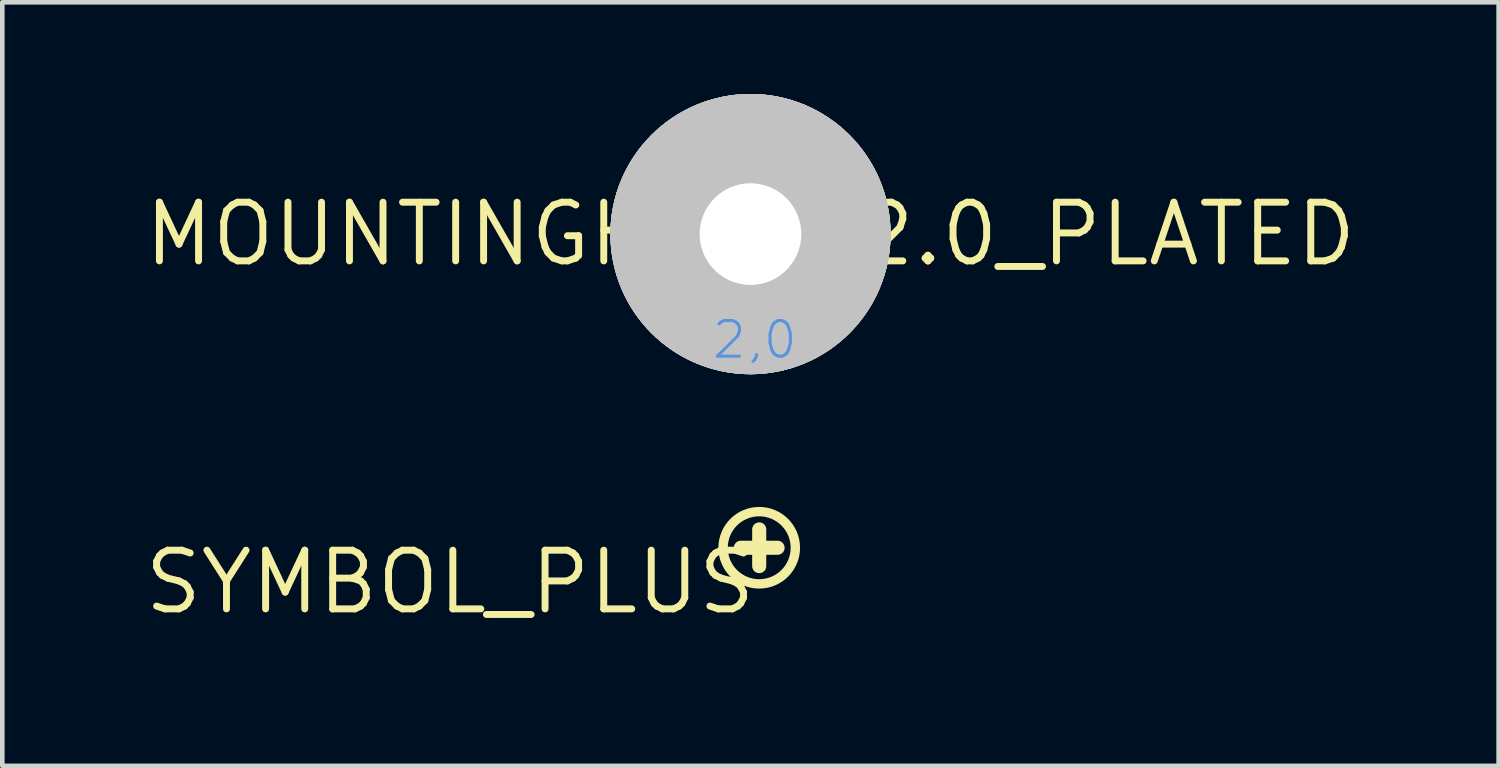
<source format=kicad_pcb>
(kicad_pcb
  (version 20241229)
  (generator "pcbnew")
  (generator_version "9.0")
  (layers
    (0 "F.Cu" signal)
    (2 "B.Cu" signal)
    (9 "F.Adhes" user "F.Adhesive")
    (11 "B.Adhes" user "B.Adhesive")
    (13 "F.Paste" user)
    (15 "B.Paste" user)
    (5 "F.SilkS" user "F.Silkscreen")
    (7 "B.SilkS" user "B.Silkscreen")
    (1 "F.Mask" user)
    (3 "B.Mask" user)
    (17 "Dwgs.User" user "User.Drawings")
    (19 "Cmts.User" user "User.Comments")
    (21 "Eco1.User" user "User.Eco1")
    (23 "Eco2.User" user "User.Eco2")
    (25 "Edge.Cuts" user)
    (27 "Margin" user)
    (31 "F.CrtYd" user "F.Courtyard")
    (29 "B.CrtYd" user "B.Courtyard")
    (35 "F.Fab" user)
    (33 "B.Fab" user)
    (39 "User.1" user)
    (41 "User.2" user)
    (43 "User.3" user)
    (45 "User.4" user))
  (footprint "SYMBOL_PLUS"
    (layer "F.Cu")
    (at 13.38 8.804)
    (property "Reference" "SYMBOL_PLUS" (at 0 0 0) (layer "F.SilkS") (effects (font (size 1.27 1.27) (thickness 0.15)) (justify right top)))
    (attr through_hole)
    (fp_line (start 0 -0.397) (end 0 0.397) (stroke (width 0.305) (type solid)) (layer "F.SilkS"))
    (fp_line (start 0.397 0) (end -0.397 0) (stroke (width 0.305) (type solid)) (layer "F.SilkS"))
    (fp_circle (center 0 0) (end 0.782 0) (stroke (width 0.203) (type solid)) (fill no) (layer "F.SilkS")))
  (footprint "MOUNTINGHOLE_2.0_PLATED"
    (layer "F.Cu")
    (at 13.191 2.016)
    (property "Reference" "MOUNTINGHOLE_2.0_PLATED" (at 0 0 0) (layer "F.SilkS") (effects (font (size 1.27 1.27) (thickness 0.15))))
    (attr through_hole)
    (fp_circle (center 0 0) (end 1.8 0) (stroke (width 0.203) (type solid)) (fill no) (layer "F.SilkS"))
    (fp_circle (center 0 0) (end 1 0) (stroke (width 2.032) (type solid)) (fill no) (layer "Dwgs.User"))
    (fp_circle (center 0 0) (end 1 0) (stroke (width 2.032) (type solid)) (fill no) (layer "Dwgs.User"))
    (fp_circle (center 0 0) (end 1 0) (stroke (width 2.032) (type solid)) (fill no) (layer "Dwgs.User"))
    (fp_circle (center 0 0) (end 1 0) (stroke (width 2.032) (type solid)) (fill no) (layer "Dwgs.User"))
    (fp_circle (center 0 0) (end 1 0) (stroke (width 2.032) (type solid)) (fill no) (layer "Dwgs.User"))
    (fp_text user "2,0" (at -0.87 2.74 0) (layer "Cmts.User") (effects (font (size 0.772 0.772) (thickness 0.065)) (justify left bottom)))
    (pad "P$1" thru_hole circle (at 0 0) (size 3 3) (drill 2.2) (layers "*.Cu" "*.Mask")))
  (gr_rect
    (start -3 -3)
    (end 29.382 13.524)
    (stroke (width 0.1) (type default))
    (fill no)
    (layer "Edge.Cuts")))
</source>
